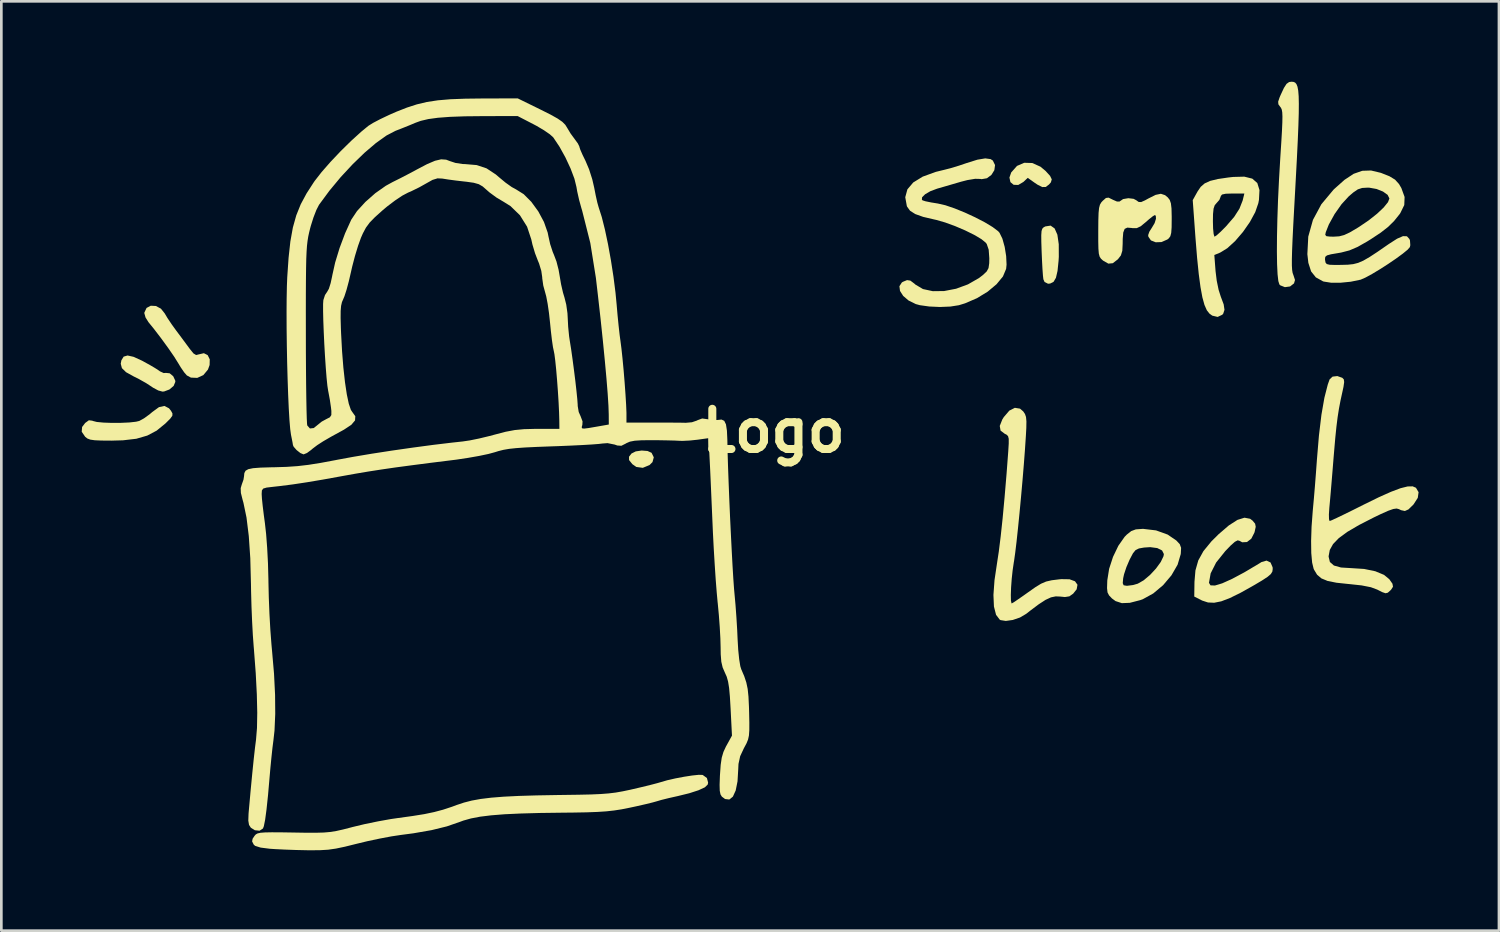
<source format=kicad_pcb>
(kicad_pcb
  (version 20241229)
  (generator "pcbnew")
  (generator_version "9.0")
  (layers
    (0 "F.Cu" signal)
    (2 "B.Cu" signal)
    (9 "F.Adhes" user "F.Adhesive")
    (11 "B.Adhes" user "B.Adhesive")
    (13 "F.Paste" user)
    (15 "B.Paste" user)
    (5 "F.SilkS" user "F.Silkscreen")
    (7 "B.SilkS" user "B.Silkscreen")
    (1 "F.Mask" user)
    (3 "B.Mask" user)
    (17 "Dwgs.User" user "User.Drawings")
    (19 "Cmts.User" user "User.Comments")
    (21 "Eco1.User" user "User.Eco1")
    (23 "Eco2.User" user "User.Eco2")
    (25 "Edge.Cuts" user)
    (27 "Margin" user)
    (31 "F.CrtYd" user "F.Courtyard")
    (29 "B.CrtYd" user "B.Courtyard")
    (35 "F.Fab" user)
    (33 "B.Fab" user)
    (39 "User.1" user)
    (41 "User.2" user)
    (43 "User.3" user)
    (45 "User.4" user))
  (footprint "Logo"
    (layer "F.Cu")
    (at 25.82 13.029)
    (property "Reference" "Logo" (at 0 0 0) (layer "F.SilkS") (effects (font (size 1.5 1.5) (thickness 0.3))))
    (attr board_only exclude_from_pos_files exclude_from_bom)
    (fp_poly (pts (xy -4.703 0.752) (xy -4.553 0.82) (xy -4.47 0.989) (xy -4.518 1.167) (xy -4.628 1.277) (xy -4.88 1.381) (xy -5.122 1.348) (xy -5.27 1.244) (xy -5.393 1.091) (xy -5.395 0.967) (xy -5.302 0.847) (xy -5.145 0.768) (xy -4.923 0.735)) (stroke (width 0) (type solid)) (fill yes) (layer "F.SilkS"))
    (fp_poly (pts (xy 9.656 -9.995) (xy 9.961 -9.858) (xy 10.151 -9.7) (xy 10.32 -9.515) (xy 10.383 -9.385) (xy 10.35 -9.273) (xy 10.279 -9.192) (xy 10.157 -9.101) (xy 10.026 -9.098) (xy 9.849 -9.188) (xy 9.739 -9.262) (xy 9.486 -9.441) (xy 9.325 -9.289) (xy 9.132 -9.176) (xy 8.96 -9.182) (xy 8.84 -9.282) (xy 8.803 -9.452) (xy 8.869 -9.643) (xy 9.086 -9.887) (xy 9.356 -10.004)) (stroke (width 0) (type solid)) (fill yes) (layer "F.SilkS"))
    (fp_poly (pts (xy 10.489 -7.554) (xy 10.592 -7.321) (xy 10.644 -6.965) (xy 10.646 -6.492) (xy 10.637 -6.347) (xy 10.598 -5.967) (xy 10.539 -5.712) (xy 10.451 -5.562) (xy 10.324 -5.497) (xy 10.244 -5.49) (xy 10.115 -5.554) (xy 10.07 -5.655) (xy 10.054 -5.791) (xy 10.036 -6.038) (xy 10.019 -6.359) (xy 10.005 -6.685) (xy 9.993 -7.053) (xy 9.991 -7.301) (xy 10.002 -7.457) (xy 10.031 -7.546) (xy 10.082 -7.597) (xy 10.145 -7.629) (xy 10.34 -7.659)) (stroke (width 0) (type solid)) (fill yes) (layer "F.SilkS"))
    (fp_poly (pts (xy -23.885 -2.762) (xy -23.568 -2.617) (xy -23.522 -2.592) (xy -23.265 -2.45) (xy -23.048 -2.321) (xy -22.913 -2.23) (xy -22.904 -2.222) (xy -22.761 -2.156) (xy -22.675 -2.162) (xy -22.537 -2.147) (xy -22.406 -2.038) (xy -22.331 -1.879) (xy -22.326 -1.829) (xy -22.39 -1.676) (xy -22.547 -1.543) (xy -22.745 -1.469) (xy -22.807 -1.464) (xy -22.963 -1.506) (xy -23.159 -1.611) (xy -23.212 -1.648) (xy -23.418 -1.782) (xy -23.689 -1.934) (xy -23.882 -2.031) (xy -24.165 -2.188) (xy -24.32 -2.339) (xy -24.364 -2.504) (xy -24.34 -2.631) (xy -24.256 -2.769) (xy -24.109 -2.812)) (stroke (width 0) (type solid)) (fill yes) (layer "F.SilkS"))
    (fp_poly (pts (xy -23.052 -4.659) (xy -22.864 -4.559) (xy -22.724 -4.384) (xy -22.619 -4.208) (xy -22.46 -3.971) (xy -22.296 -3.744) (xy -22.102 -3.485) (xy -21.912 -3.228) (xy -21.785 -3.056) (xy -21.65 -2.889) (xy -21.551 -2.829) (xy -21.451 -2.853) (xy -21.449 -2.854) (xy -21.261 -2.897) (xy -21.12 -2.826) (xy -21.042 -2.669) (xy -21.047 -2.456) (xy -21.109 -2.286) (xy -21.281 -2.08) (xy -21.507 -1.976) (xy -21.745 -1.986) (xy -21.897 -2.068) (xy -21.996 -2.182) (xy -22.127 -2.373) (xy -22.208 -2.508) (xy -22.368 -2.765) (xy -22.595 -3.094) (xy -22.858 -3.455) (xy -23.129 -3.809) (xy -23.328 -4.054) (xy -23.439 -4.232) (xy -23.484 -4.393) (xy -23.482 -4.413) (xy -23.4 -4.587) (xy -23.243 -4.669)) (stroke (width 0) (type solid)) (fill yes) (layer "F.SilkS"))
    (fp_poly (pts (xy -22.563 -0.841) (xy -22.488 -0.748) (xy -22.434 -0.649) (xy -22.438 -0.563) (xy -22.517 -0.454) (xy -22.686 -0.285) (xy -22.702 -0.27) (xy -23.024 -0.007) (xy -23.375 0.178) (xy -23.783 0.296) (xy -24.28 0.354) (xy -24.711 0.366) (xy -25.081 0.363) (xy -25.334 0.352) (xy -25.5 0.328) (xy -25.608 0.287) (xy -25.689 0.224) (xy -25.693 0.22) (xy -25.82 0.034) (xy -25.806 -0.143) (xy -25.691 -0.294) (xy -25.553 -0.394) (xy -25.424 -0.378) (xy -25.403 -0.368) (xy -25.256 -0.331) (xy -25.005 -0.307) (xy -24.691 -0.296) (xy -24.357 -0.298) (xy -24.044 -0.312) (xy -23.793 -0.34) (xy -23.672 -0.369) (xy -23.499 -0.464) (xy -23.287 -0.617) (xy -23.186 -0.703) (xy -22.937 -0.884) (xy -22.733 -0.929)) (stroke (width 0) (type solid)) (fill yes) (layer "F.SilkS"))
    (fp_poly (pts (xy 17.785 3.282) (xy 17.877 3.351) (xy 17.972 3.465) (xy 17.995 3.581) (xy 17.956 3.762) (xy 17.944 3.802) (xy 17.83 4.025) (xy 17.669 4.15) (xy 17.491 4.16) (xy 17.393 4.106) (xy 17.322 4.087) (xy 17.217 4.141) (xy 17.058 4.282) (xy 16.861 4.486) (xy 16.517 4.916) (xy 16.313 5.32) (xy 16.25 5.673) (xy 16.307 5.767) (xy 16.473 5.773) (xy 16.743 5.692) (xy 17.112 5.526) (xy 17.574 5.279) (xy 18.124 4.952) (xy 18.208 4.899) (xy 18.399 4.843) (xy 18.548 4.914) (xy 18.625 5.092) (xy 18.629 5.157) (xy 18.615 5.255) (xy 18.558 5.346) (xy 18.437 5.45) (xy 18.229 5.586) (xy 17.934 5.761) (xy 17.435 6.041) (xy 17.034 6.239) (xy 16.71 6.363) (xy 16.444 6.416) (xy 16.214 6.406) (xy 16.002 6.337) (xy 15.957 6.315) (xy 15.701 6.185) (xy 15.709 5.636) (xy 15.745 5.209) (xy 15.851 4.837) (xy 16.044 4.488) (xy 16.34 4.127) (xy 16.607 3.861) (xy 16.992 3.53) (xy 17.313 3.324) (xy 17.575 3.242)) (stroke (width 0) (type solid)) (fill yes) (layer "F.SilkS"))
    (fp_poly (pts (xy 19.403 -13.023) (xy 19.465 -12.997) (xy 19.514 -12.941) (xy 19.553 -12.845) (xy 19.581 -12.697) (xy 19.598 -12.488) (xy 19.604 -12.208) (xy 19.601 -11.845) (xy 19.587 -11.389) (xy 19.564 -10.83) (xy 19.531 -10.157) (xy 19.488 -9.36) (xy 19.437 -8.429) (xy 19.431 -8.325) (xy 19.395 -7.663) (xy 19.369 -7.132) (xy 19.352 -6.716) (xy 19.344 -6.399) (xy 19.344 -6.167) (xy 19.354 -6.003) (xy 19.372 -5.892) (xy 19.399 -5.818) (xy 19.401 -5.813) (xy 19.461 -5.629) (xy 19.424 -5.503) (xy 19.277 -5.388) (xy 19.083 -5.362) (xy 18.91 -5.431) (xy 18.879 -5.462) (xy 18.839 -5.588) (xy 18.81 -5.845) (xy 18.792 -6.22) (xy 18.785 -6.697) (xy 18.789 -7.264) (xy 18.803 -7.904) (xy 18.827 -8.604) (xy 18.863 -9.349) (xy 18.908 -10.125) (xy 18.913 -10.207) (xy 18.949 -10.762) (xy 18.974 -11.188) (xy 18.988 -11.506) (xy 18.992 -11.732) (xy 18.985 -11.887) (xy 18.967 -11.988) (xy 18.938 -12.054) (xy 18.909 -12.092) (xy 18.841 -12.185) (xy 18.832 -12.284) (xy 18.885 -12.442) (xy 18.925 -12.535) (xy 19.047 -12.797) (xy 19.145 -12.949) (xy 19.241 -13.017) (xy 19.331 -13.029)) (stroke (width 0) (type solid)) (fill yes) (layer "F.SilkS"))
    (fp_poly (pts (xy 14.276 3.716) (xy 14.708 3.872) (xy 15.031 4.092) (xy 15.16 4.23) (xy 15.21 4.366) (xy 15.2 4.566) (xy 15.195 4.606) (xy 15.079 4.996) (xy 14.85 5.392) (xy 14.538 5.761) (xy 14.171 6.069) (xy 13.779 6.285) (xy 13.683 6.319) (xy 13.296 6.419) (xy 12.998 6.431) (xy 12.763 6.354) (xy 12.629 6.255) (xy 12.522 6.143) (xy 12.464 6.031) (xy 12.446 5.872) (xy 12.452 5.684) (xy 13.032 5.684) (xy 13.065 5.764) (xy 13.17 5.782) (xy 13.198 5.783) (xy 13.411 5.756) (xy 13.592 5.705) (xy 13.812 5.579) (xy 14.05 5.379) (xy 14.273 5.139) (xy 14.451 4.894) (xy 14.553 4.68) (xy 14.567 4.599) (xy 14.5 4.465) (xy 14.321 4.376) (xy 14.057 4.341) (xy 13.827 4.356) (xy 13.636 4.39) (xy 13.512 4.45) (xy 13.414 4.569) (xy 13.301 4.783) (xy 13.286 4.813) (xy 13.169 5.086) (xy 13.08 5.355) (xy 13.048 5.503) (xy 13.032 5.684) (xy 12.452 5.684) (xy 12.454 5.619) (xy 12.456 5.577) (xy 12.524 5.149) (xy 12.669 4.704) (xy 12.868 4.29) (xy 13.101 3.957) (xy 13.183 3.873) (xy 13.348 3.742) (xy 13.519 3.678) (xy 13.761 3.66) (xy 13.804 3.66)) (stroke (width 0) (type solid)) (fill yes) (layer "F.SilkS"))
    (fp_poly (pts (xy 17.867 -9.412) (xy 18.054 -9.248) (xy 18.135 -8.986) (xy 18.116 -8.622) (xy 18.092 -8.495) (xy 17.977 -8.162) (xy 17.777 -7.793) (xy 17.518 -7.422) (xy 17.229 -7.085) (xy 16.935 -6.816) (xy 16.668 -6.652) (xy 16.45 -6.562) (xy 16.496 -5.959) (xy 16.54 -5.601) (xy 16.61 -5.262) (xy 16.689 -5.014) (xy 16.799 -4.719) (xy 16.829 -4.516) (xy 16.783 -4.375) (xy 16.748 -4.333) (xy 16.574 -4.251) (xy 16.373 -4.299) (xy 16.269 -4.374) (xy 16.17 -4.5) (xy 16.082 -4.699) (xy 16.004 -4.982) (xy 15.934 -5.362) (xy 15.869 -5.849) (xy 15.807 -6.456) (xy 15.747 -7.194) (xy 15.732 -7.397) (xy 15.702 -7.816) (xy 16.397 -7.816) (xy 16.404 -7.548) (xy 16.424 -7.348) (xy 16.452 -7.251) (xy 16.459 -7.247) (xy 16.537 -7.296) (xy 16.683 -7.427) (xy 16.867 -7.612) (xy 16.889 -7.635) (xy 17.189 -7.982) (xy 17.387 -8.29) (xy 17.507 -8.595) (xy 17.522 -8.656) (xy 17.571 -8.857) (xy 17.13 -8.857) (xy 16.875 -8.849) (xy 16.738 -8.819) (xy 16.69 -8.762) (xy 16.689 -8.747) (xy 16.638 -8.618) (xy 16.543 -8.511) (xy 16.466 -8.422) (xy 16.422 -8.295) (xy 16.401 -8.091) (xy 16.397 -7.816) (xy 15.702 -7.816) (xy 15.644 -8.609) (xy 15.823 -8.931) (xy 15.941 -9.105) (xy 16.089 -9.234) (xy 16.294 -9.328) (xy 16.582 -9.398) (xy 16.98 -9.456) (xy 17.152 -9.475) (xy 17.569 -9.486)) (stroke (width 0) (type solid)) (fill yes) (layer "F.SilkS"))
    (fp_poly (pts (xy 14.612 -8.795) (xy 14.713 -8.711) (xy 14.785 -8.618) (xy 14.829 -8.491) (xy 14.852 -8.297) (xy 14.859 -7.999) (xy 14.859 -7.91) (xy 14.856 -7.592) (xy 14.841 -7.388) (xy 14.808 -7.262) (xy 14.75 -7.183) (xy 14.697 -7.141) (xy 14.479 -7.045) (xy 14.262 -7.037) (xy 14.084 -7.107) (xy 13.988 -7.246) (xy 13.981 -7.305) (xy 14.024 -7.43) (xy 14.126 -7.591) (xy 14.127 -7.593) (xy 14.222 -7.753) (xy 14.272 -7.914) (xy 14.266 -8.027) (xy 14.228 -8.052) (xy 14.152 -8.007) (xy 14.007 -7.891) (xy 13.891 -7.789) (xy 13.701 -7.633) (xy 13.556 -7.565) (xy 13.405 -7.564) (xy 13.36 -7.571) (xy 13.202 -7.584) (xy 13.104 -7.537) (xy 13.051 -7.403) (xy 13.031 -7.161) (xy 13.029 -6.981) (xy 13.016 -6.72) (xy 12.963 -6.547) (xy 12.854 -6.406) (xy 12.85 -6.402) (xy 12.662 -6.256) (xy 12.495 -6.24) (xy 12.303 -6.35) (xy 12.287 -6.362) (xy 12.217 -6.427) (xy 12.169 -6.502) (xy 12.139 -6.617) (xy 12.124 -6.797) (xy 12.118 -7.069) (xy 12.118 -7.461) (xy 12.118 -7.462) (xy 12.121 -7.857) (xy 12.13 -8.133) (xy 12.149 -8.318) (xy 12.181 -8.44) (xy 12.231 -8.525) (xy 12.285 -8.584) (xy 12.405 -8.69) (xy 12.503 -8.703) (xy 12.651 -8.631) (xy 12.664 -8.624) (xy 12.818 -8.557) (xy 12.913 -8.557) (xy 12.919 -8.563) (xy 13.045 -8.649) (xy 13.24 -8.682) (xy 13.436 -8.659) (xy 13.536 -8.606) (xy 13.625 -8.542) (xy 13.719 -8.538) (xy 13.863 -8.602) (xy 13.989 -8.671) (xy 14.259 -8.806) (xy 14.455 -8.847)) (stroke (width 0) (type solid)) (fill yes) (layer "F.SilkS"))
    (fp_poly (pts (xy 9.198 -0.828) (xy 9.318 -0.725) (xy 9.383 -0.629) (xy 9.422 -0.516) (xy 9.437 -0.353) (xy 9.433 -0.105) (xy 9.417 0.183) (xy 9.384 0.684) (xy 9.341 1.25) (xy 9.291 1.853) (xy 9.236 2.47) (xy 9.179 3.074) (xy 9.122 3.64) (xy 9.068 4.143) (xy 9.018 4.556) (xy 8.976 4.855) (xy 8.967 4.904) (xy 8.923 5.204) (xy 8.888 5.529) (xy 8.865 5.846) (xy 8.855 6.125) (xy 8.859 6.332) (xy 8.88 6.435) (xy 8.889 6.441) (xy 8.959 6.402) (xy 9.119 6.294) (xy 9.342 6.139) (xy 9.484 6.038) (xy 9.769 5.837) (xy 9.983 5.706) (xy 10.172 5.625) (xy 10.381 5.577) (xy 10.656 5.543) (xy 10.74 5.535) (xy 11.046 5.54) (xy 11.25 5.615) (xy 11.343 5.744) (xy 11.312 5.914) (xy 11.181 6.078) (xy 11.04 6.177) (xy 10.874 6.203) (xy 10.706 6.186) (xy 10.531 6.178) (xy 10.353 6.215) (xy 10.15 6.309) (xy 9.896 6.474) (xy 9.567 6.721) (xy 9.429 6.83) (xy 9.197 6.967) (xy 8.927 7.059) (xy 8.668 7.095) (xy 8.471 7.064) (xy 8.441 7.047) (xy 8.304 6.867) (xy 8.225 6.558) (xy 8.206 6.125) (xy 8.246 5.574) (xy 8.341 4.935) (xy 8.406 4.507) (xy 8.476 3.947) (xy 8.549 3.267) (xy 8.622 2.481) (xy 8.696 1.604) (xy 8.759 0.769) (xy 8.777 0.477) (xy 8.777 0.297) (xy 8.751 0.197) (xy 8.693 0.141) (xy 8.628 0.11) (xy 8.472 -0.008) (xy 8.442 -0.183) (xy 8.536 -0.422) (xy 8.595 -0.516) (xy 8.799 -0.754) (xy 9.005 -0.859)) (stroke (width 0) (type solid)) (fill yes) (layer "F.SilkS"))
    (fp_poly (pts (xy 8.1 -10.141) (xy 8.184 -10.087) (xy 8.266 -9.918) (xy 8.24 -9.727) (xy 8.13 -9.551) (xy 7.964 -9.427) (xy 7.765 -9.392) (xy 7.718 -9.401) (xy 7.524 -9.406) (xy 7.234 -9.358) (xy 7 -9.298) (xy 6.675 -9.203) (xy 6.345 -9.107) (xy 6.105 -9.038) (xy 5.852 -8.943) (xy 5.656 -8.829) (xy 5.543 -8.717) (xy 5.536 -8.625) (xy 5.561 -8.602) (xy 5.671 -8.567) (xy 5.88 -8.524) (xy 6.133 -8.483) (xy 6.412 -8.419) (xy 6.758 -8.301) (xy 7.14 -8.146) (xy 7.525 -7.968) (xy 7.882 -7.783) (xy 8.177 -7.605) (xy 8.381 -7.451) (xy 8.433 -7.392) (xy 8.54 -7.173) (xy 8.626 -6.864) (xy 8.681 -6.522) (xy 8.696 -6.204) (xy 8.68 -6.045) (xy 8.561 -5.761) (xy 8.322 -5.471) (xy 7.991 -5.194) (xy 7.591 -4.95) (xy 7.148 -4.759) (xy 6.917 -4.688) (xy 6.599 -4.638) (xy 6.21 -4.622) (xy 5.811 -4.64) (xy 5.461 -4.689) (xy 5.307 -4.731) (xy 5.038 -4.864) (xy 4.837 -5.036) (xy 4.719 -5.222) (xy 4.697 -5.397) (xy 4.787 -5.536) (xy 4.826 -5.561) (xy 4.982 -5.625) (xy 5.106 -5.606) (xy 5.258 -5.492) (xy 5.292 -5.46) (xy 5.576 -5.291) (xy 5.943 -5.212) (xy 6.365 -5.217) (xy 6.812 -5.303) (xy 7.255 -5.466) (xy 7.665 -5.701) (xy 7.822 -5.822) (xy 7.954 -5.948) (xy 8.023 -6.074) (xy 8.049 -6.256) (xy 8.052 -6.44) (xy 8.029 -6.76) (xy 7.957 -6.97) (xy 7.924 -7.017) (xy 7.76 -7.152) (xy 7.491 -7.312) (xy 7.153 -7.479) (xy 6.779 -7.639) (xy 6.407 -7.775) (xy 6.071 -7.872) (xy 6.006 -7.886) (xy 5.583 -7.985) (xy 5.286 -8.091) (xy 5.093 -8.215) (xy 4.984 -8.366) (xy 4.974 -8.39) (xy 4.915 -8.718) (xy 4.995 -9.012) (xy 5.213 -9.269) (xy 5.567 -9.487) (xy 6.054 -9.664) (xy 6.368 -9.741) (xy 6.611 -9.803) (xy 6.92 -9.897) (xy 7.204 -9.993) (xy 7.607 -10.119) (xy 7.901 -10.168)) (stroke (width 0) (type solid)) (fill yes) (layer "F.SilkS"))
    (fp_poly (pts (xy 21.225 -1.979) (xy 21.282 -1.921) (xy 21.296 -1.821) (xy 21.27 -1.639) (xy 21.237 -1.486) (xy 21.161 -1.14) (xy 21.101 -0.825) (xy 21.051 -0.507) (xy 21.007 -0.154) (xy 20.964 0.266) (xy 20.919 0.788) (xy 20.899 1.025) (xy 20.861 1.496) (xy 20.823 1.955) (xy 20.788 2.366) (xy 20.759 2.694) (xy 20.742 2.873) (xy 20.726 3.12) (xy 20.73 3.297) (xy 20.752 3.367) (xy 20.753 3.367) (xy 20.834 3.336) (xy 21.024 3.248) (xy 21.301 3.115) (xy 21.644 2.946) (xy 22.027 2.754) (xy 22.592 2.477) (xy 23.045 2.275) (xy 23.398 2.142) (xy 23.663 2.076) (xy 23.852 2.072) (xy 23.975 2.125) (xy 24.073 2.29) (xy 24.043 2.501) (xy 23.888 2.742) (xy 23.867 2.765) (xy 23.696 2.932) (xy 23.562 2.992) (xy 23.418 2.961) (xy 23.341 2.923) (xy 23.254 2.9) (xy 23.129 2.917) (xy 22.941 2.983) (xy 22.667 3.105) (xy 22.413 3.227) (xy 21.85 3.515) (xy 21.415 3.77) (xy 21.096 4.004) (xy 20.881 4.226) (xy 20.759 4.446) (xy 20.716 4.676) (xy 20.716 4.699) (xy 20.763 4.895) (xy 20.913 5.027) (xy 21.178 5.101) (xy 21.56 5.124) (xy 22.041 5.155) (xy 22.458 5.241) (xy 22.783 5.376) (xy 22.98 5.538) (xy 23.098 5.706) (xy 23.118 5.819) (xy 23.047 5.929) (xy 23.016 5.96) (xy 22.925 6.041) (xy 22.84 6.062) (xy 22.714 6.019) (xy 22.529 5.925) (xy 22.293 5.837) (xy 21.948 5.769) (xy 21.476 5.718) (xy 21.459 5.717) (xy 21.008 5.669) (xy 20.678 5.603) (xy 20.446 5.507) (xy 20.285 5.37) (xy 20.172 5.183) (xy 20.156 5.148) (xy 20.1 4.916) (xy 20.068 4.562) (xy 20.062 4.109) (xy 20.079 3.578) (xy 20.123 2.992) (xy 20.132 2.891) (xy 20.165 2.531) (xy 20.203 2.081) (xy 20.241 1.595) (xy 20.275 1.131) (xy 20.277 1.098) (xy 20.354 0.178) (xy 20.447 -0.599) (xy 20.558 -1.235) (xy 20.685 -1.731) (xy 20.753 -1.921) (xy 20.862 -2.023) (xy 21.04 -2.044)) (stroke (width 0) (type solid)) (fill yes) (layer "F.SilkS"))
    (fp_poly (pts (xy 22.654 -9.631) (xy 22.674 -9.625) (xy 22.986 -9.501) (xy 23.195 -9.374) (xy 23.342 -9.211) (xy 23.43 -9.061) (xy 23.551 -8.728) (xy 23.539 -8.427) (xy 23.391 -8.125) (xy 23.36 -8.081) (xy 23.158 -7.83) (xy 22.936 -7.611) (xy 22.66 -7.396) (xy 22.296 -7.155) (xy 22.153 -7.066) (xy 21.797 -6.864) (xy 21.493 -6.734) (xy 21.184 -6.654) (xy 21.07 -6.634) (xy 20.805 -6.589) (xy 20.655 -6.548) (xy 20.59 -6.493) (xy 20.58 -6.409) (xy 20.584 -6.37) (xy 20.601 -6.278) (xy 20.647 -6.224) (xy 20.752 -6.198) (xy 20.948 -6.191) (xy 21.191 -6.193) (xy 21.433 -6.2) (xy 21.633 -6.221) (xy 21.817 -6.268) (xy 22.013 -6.353) (xy 22.245 -6.487) (xy 22.541 -6.681) (xy 22.927 -6.948) (xy 22.966 -6.975) (xy 23.272 -7.171) (xy 23.491 -7.266) (xy 23.638 -7.261) (xy 23.73 -7.16) (xy 23.752 -7.104) (xy 23.764 -6.929) (xy 23.748 -6.857) (xy 23.665 -6.761) (xy 23.483 -6.612) (xy 23.232 -6.428) (xy 22.938 -6.228) (xy 22.631 -6.031) (xy 22.339 -5.855) (xy 22.091 -5.72) (xy 21.915 -5.643) (xy 21.905 -5.64) (xy 21.541 -5.565) (xy 21.157 -5.527) (xy 20.804 -5.528) (xy 20.532 -5.571) (xy 20.503 -5.581) (xy 20.239 -5.727) (xy 20.062 -5.949) (xy 19.959 -6.269) (xy 19.922 -6.594) (xy 19.956 -7.25) (xy 19.974 -7.313) (xy 20.59 -7.313) (xy 20.634 -7.264) (xy 20.772 -7.248) (xy 20.915 -7.247) (xy 21.11 -7.259) (xy 21.294 -7.307) (xy 21.507 -7.406) (xy 21.79 -7.573) (xy 21.853 -7.612) (xy 22.211 -7.855) (xy 22.524 -8.103) (xy 22.771 -8.336) (xy 22.932 -8.535) (xy 22.984 -8.672) (xy 22.918 -8.806) (xy 22.745 -8.93) (xy 22.504 -9.026) (xy 22.236 -9.074) (xy 22.169 -9.076) (xy 21.966 -9.064) (xy 21.804 -9.011) (xy 21.632 -8.893) (xy 21.468 -8.752) (xy 21.199 -8.459) (xy 20.938 -8.089) (xy 20.723 -7.699) (xy 20.609 -7.411) (xy 20.59 -7.313) (xy 19.974 -7.313) (xy 20.131 -7.873) (xy 20.445 -8.457) (xy 20.896 -8.997) (xy 20.92 -9.021) (xy 21.307 -9.366) (xy 21.649 -9.592) (xy 21.971 -9.705) (xy 22.298 -9.716)) (stroke (width 0) (type solid)) (fill yes) (layer "F.SilkS"))
    (fp_poly (pts (xy -2.649 12.842) (xy -2.644 12.844) (xy -2.488 12.956) (xy -2.442 13.13) (xy -2.459 13.204) (xy -2.565 13.305) (xy -2.8 13.414) (xy -3.146 13.526) (xy -3.586 13.634) (xy -3.623 13.642) (xy -3.916 13.708) (xy -4.182 13.774) (xy -4.355 13.825) (xy -4.516 13.87) (xy -4.781 13.935) (xy -5.109 14.01) (xy -5.38 14.068) (xy -5.673 14.126) (xy -5.95 14.169) (xy -6.24 14.201) (xy -6.571 14.223) (xy -6.973 14.238) (xy -7.473 14.247) (xy -7.869 14.251) (xy -8.72 14.262) (xy -9.439 14.282) (xy -10.041 14.31) (xy -10.541 14.35) (xy -10.954 14.401) (xy -11.293 14.466) (xy -11.574 14.545) (xy -11.707 14.594) (xy -12.192 14.762) (xy -12.761 14.902) (xy -13.437 15.02) (xy -13.908 15.082) (xy -14.259 15.135) (xy -14.695 15.217) (xy -15.158 15.315) (xy -15.572 15.415) (xy -15.998 15.521) (xy -16.332 15.591) (xy -16.625 15.633) (xy -16.925 15.651) (xy -17.282 15.654) (xy -17.402 15.653) (xy -17.81 15.644) (xy -18.228 15.629) (xy -18.597 15.611) (xy -18.797 15.598) (xy -19.143 15.554) (xy -19.347 15.49) (xy -19.399 15.445) (xy -19.461 15.323) (xy -19.442 15.223) (xy -19.367 15.111) (xy -19.321 15.061) (xy -19.256 15.025) (xy -19.148 15.001) (xy -18.978 14.988) (xy -18.724 14.983) (xy -18.364 14.985) (xy -17.921 14.992) (xy -17.441 15) (xy -17.073 15) (xy -16.786 14.992) (xy -16.544 14.971) (xy -16.316 14.934) (xy -16.066 14.878) (xy -15.763 14.8) (xy -15.711 14.786) (xy -15.266 14.679) (xy -14.767 14.576) (xy -14.289 14.49) (xy -14.028 14.452) (xy -13.477 14.376) (xy -13.035 14.305) (xy -12.667 14.228) (xy -12.336 14.14) (xy -12.005 14.031) (xy -11.822 13.963) (xy -11.554 13.874) (xy -11.262 13.799) (xy -10.929 13.739) (xy -10.537 13.691) (xy -10.07 13.654) (xy -9.511 13.626) (xy -8.844 13.606) (xy -8.051 13.592) (xy -7.832 13.589) (xy -7.263 13.581) (xy -6.812 13.571) (xy -6.451 13.555) (xy -6.154 13.532) (xy -5.891 13.5) (xy -5.634 13.455) (xy -5.357 13.397) (xy -5.27 13.377) (xy -4.915 13.294) (xy -4.592 13.215) (xy -4.34 13.149) (xy -4.209 13.111) (xy -3.964 13.04) (xy -3.66 12.971) (xy -3.337 12.91) (xy -3.034 12.863) (xy -2.792 12.838)) (stroke (width 0) (type solid)) (fill yes) (layer "F.SilkS"))
    (fp_poly (pts (xy -8.693 -11.988) (xy -8.319 -11.8) (xy -8.057 -11.653) (xy -7.883 -11.532) (xy -7.772 -11.42) (xy -7.715 -11.329) (xy -7.575 -11.096) (xy -7.419 -10.883) (xy -7.305 -10.727) (xy -7.248 -10.611) (xy -7.247 -10.599) (xy -7.215 -10.499) (xy -7.133 -10.31) (xy -7.018 -10.074) (xy -6.885 -9.76) (xy -6.766 -9.387) (xy -6.694 -9.075) (xy -6.636 -8.779) (xy -6.577 -8.516) (xy -6.527 -8.34) (xy -6.524 -8.331) (xy -6.411 -7.978) (xy -6.294 -7.512) (xy -6.178 -6.964) (xy -6.07 -6.367) (xy -5.975 -5.754) (xy -5.899 -5.157) (xy -5.858 -4.73) (xy -5.823 -4.324) (xy -5.783 -3.923) (xy -5.744 -3.576) (xy -5.712 -3.34) (xy -5.677 -3.069) (xy -5.637 -2.696) (xy -5.596 -2.26) (xy -5.558 -1.801) (xy -5.526 -1.357) (xy -5.502 -0.968) (xy -5.49 -0.674) (xy -5.49 -0.611) (xy -5.49 -0.307) (xy -4.52 -0.308) (xy -4.13 -0.308) (xy -3.769 -0.306) (xy -3.473 -0.304) (xy -3.283 -0.3) (xy -3.272 -0.3) (xy -3.046 -0.32) (xy -2.861 -0.383) (xy -2.844 -0.394) (xy -2.663 -0.461) (xy -2.47 -0.434) (xy -2.26 -0.398) (xy -2.092 -0.405) (xy -1.943 -0.421) (xy -1.84 -0.373) (xy -1.776 -0.241) (xy -1.74 -0.005) (xy -1.724 0.354) (xy -1.723 0.414) (xy -1.714 0.845) (xy -1.698 1.366) (xy -1.676 1.952) (xy -1.651 2.581) (xy -1.623 3.228) (xy -1.592 3.868) (xy -1.561 4.479) (xy -1.531 5.035) (xy -1.502 5.514) (xy -1.475 5.89) (xy -1.455 6.112) (xy -1.42 6.498) (xy -1.386 6.964) (xy -1.357 7.442) (xy -1.343 7.759) (xy -1.319 8.173) (xy -1.283 8.525) (xy -1.241 8.784) (xy -1.207 8.895) (xy -1.094 9.159) (xy -1.017 9.391) (xy -0.966 9.632) (xy -0.936 9.921) (xy -0.918 10.299) (xy -0.912 10.504) (xy -0.904 10.895) (xy -0.905 11.173) (xy -0.919 11.371) (xy -0.952 11.522) (xy -1.008 11.66) (xy -1.092 11.818) (xy -1.104 11.839) (xy -1.246 12.143) (xy -1.309 12.432) (xy -1.319 12.644) (xy -1.345 13.083) (xy -1.413 13.422) (xy -1.517 13.651) (xy -1.652 13.76) (xy -1.812 13.741) (xy -1.929 13.652) (xy -1.98 13.57) (xy -2.008 13.433) (xy -2.014 13.212) (xy -2.002 12.877) (xy -1.999 12.829) (xy -1.973 12.464) (xy -1.934 12.199) (xy -1.872 11.988) (xy -1.778 11.784) (xy -1.756 11.745) (xy -1.552 11.375) (xy -1.604 10.354) (xy -1.63 9.916) (xy -1.659 9.595) (xy -1.697 9.359) (xy -1.747 9.179) (xy -1.816 9.025) (xy -1.9 8.831) (xy -1.95 8.618) (xy -1.972 8.34) (xy -1.976 8.073) (xy -1.985 7.747) (xy -2.008 7.328) (xy -2.042 6.87) (xy -2.084 6.425) (xy -2.087 6.405) (xy -2.121 6.034) (xy -2.159 5.552) (xy -2.196 4.995) (xy -2.232 4.399) (xy -2.263 3.801) (xy -2.277 3.477) (xy -2.301 2.921) (xy -2.325 2.376) (xy -2.347 1.869) (xy -2.367 1.431) (xy -2.384 1.089) (xy -2.392 0.924) (xy -2.426 0.274) (xy -2.842 0.332) (xy -3.126 0.362) (xy -3.395 0.375) (xy -3.514 0.372) (xy -3.696 0.363) (xy -3.979 0.356) (xy -4.319 0.35) (xy -4.543 0.349) (xy -4.919 0.352) (xy -5.182 0.369) (xy -5.362 0.404) (xy -5.492 0.46) (xy -5.513 0.474) (xy -5.68 0.558) (xy -5.834 0.547) (xy -5.929 0.513) (xy -6.197 0.459) (xy -6.386 0.473) (xy -6.527 0.49) (xy -6.791 0.51) (xy -7.15 0.531) (xy -7.582 0.552) (xy -8.061 0.572) (xy -8.271 0.579) (xy -8.831 0.6) (xy -9.269 0.621) (xy -9.607 0.645) (xy -9.871 0.673) (xy -10.083 0.71) (xy -10.267 0.756) (xy -10.394 0.796) (xy -10.64 0.863) (xy -10.991 0.937) (xy -11.406 1.01) (xy -11.845 1.076) (xy -12.005 1.096) (xy -12.819 1.197) (xy -13.513 1.287) (xy -14.112 1.367) (xy -14.64 1.444) (xy -15.123 1.519) (xy -15.586 1.597) (xy -16.054 1.681) (xy -16.104 1.69) (xy -16.815 1.819) (xy -17.416 1.92) (xy -17.938 1.999) (xy -18.415 2.06) (xy -18.684 2.09) (xy -18.92 2.118) (xy -19.046 2.155) (xy -19.096 2.224) (xy -19.104 2.349) (xy -19.104 2.366) (xy -19.094 2.532) (xy -19.066 2.802) (xy -19.025 3.138) (xy -18.984 3.44) (xy -18.938 3.853) (xy -18.899 4.368) (xy -18.869 4.942) (xy -18.853 5.531) (xy -18.851 5.673) (xy -18.838 6.222) (xy -18.814 6.826) (xy -18.78 7.429) (xy -18.739 7.973) (xy -18.715 8.235) (xy -18.643 9.067) (xy -18.604 9.853) (xy -18.598 10.568) (xy -18.625 11.186) (xy -18.665 11.546) (xy -18.701 11.827) (xy -18.741 12.2) (xy -18.781 12.611) (xy -18.808 12.92) (xy -18.867 13.597) (xy -18.923 14.129) (xy -18.975 14.516) (xy -19.024 14.758) (xy -19.056 14.841) (xy -19.183 14.924) (xy -19.358 14.907) (xy -19.508 14.812) (xy -19.576 14.707) (xy -19.603 14.548) (xy -19.594 14.294) (xy -19.59 14.244) (xy -19.519 13.455) (xy -19.456 12.796) (xy -19.401 12.255) (xy -19.352 11.817) (xy -19.315 11.529) (xy -19.279 11.091) (xy -19.269 10.521) (xy -19.285 9.834) (xy -19.326 9.042) (xy -19.393 8.157) (xy -19.402 8.052) (xy -19.433 7.631) (xy -19.461 7.115) (xy -19.484 6.555) (xy -19.499 6.003) (xy -19.504 5.71) (xy -19.529 4.753) (xy -19.585 3.927) (xy -19.67 3.236) (xy -19.785 2.684) (xy -19.815 2.578) (xy -19.88 2.318) (xy -19.887 2.139) (xy -19.848 2.007) (xy -19.783 1.823) (xy -19.763 1.698) (xy -19.751 1.577) (xy -19.705 1.489) (xy -19.603 1.431) (xy -19.424 1.394) (xy -19.147 1.373) (xy -18.751 1.361) (xy -18.62 1.359) (xy -18.173 1.345) (xy -17.766 1.317) (xy -17.356 1.269) (xy -16.898 1.196) (xy -16.347 1.093) (xy -16.287 1.081) (xy -15.697 0.972) (xy -15.002 0.855) (xy -14.244 0.738) (xy -13.463 0.626) (xy -12.701 0.524) (xy -11.999 0.44) (xy -11.602 0.397) (xy -11.339 0.358) (xy -10.99 0.287) (xy -10.612 0.196) (xy -10.402 0.14) (xy -9.999 0.035) (xy -9.659 -0.029) (xy -9.316 -0.062) (xy -8.903 -0.073) (xy -8.817 -0.073) (xy -7.993 -0.073) (xy -7.996 -0.384) (xy -8.005 -0.693) (xy -8.023 -1.07) (xy -8.049 -1.481) (xy -8.08 -1.898) (xy -8.113 -2.287) (xy -8.147 -2.618) (xy -8.178 -2.858) (xy -8.199 -2.965) (xy -8.233 -3.126) (xy -8.272 -3.393) (xy -8.311 -3.727) (xy -8.341 -4.026) (xy -8.381 -4.395) (xy -8.431 -4.74) (xy -8.484 -5.018) (xy -8.523 -5.161) (xy -8.595 -5.425) (xy -8.633 -5.695) (xy -8.634 -5.732) (xy -8.668 -5.969) (xy -8.751 -6.244) (xy -8.797 -6.354) (xy -8.902 -6.628) (xy -8.999 -6.954) (xy -9.041 -7.142) (xy -9.199 -7.619) (xy -9.466 -8.046) (xy -9.818 -8.388) (xy -10.065 -8.542) (xy -10.336 -8.703) (xy -10.602 -8.898) (xy -10.701 -8.985) (xy -10.855 -9.12) (xy -11.002 -9.205) (xy -11.19 -9.258) (xy -11.466 -9.297) (xy -11.543 -9.305) (xy -11.854 -9.341) (xy -12.139 -9.379) (xy -12.342 -9.411) (xy -12.356 -9.414) (xy -12.54 -9.423) (xy -12.729 -9.365) (xy -12.941 -9.246) (xy -13.221 -9.089) (xy -13.527 -8.939) (xy -13.642 -8.89) (xy -13.851 -8.78) (xy -14.124 -8.598) (xy -14.419 -8.375) (xy -14.593 -8.229) (xy -14.876 -7.975) (xy -15.073 -7.773) (xy -15.213 -7.583) (xy -15.327 -7.369) (xy -15.399 -7.205) (xy -15.507 -6.904) (xy -15.623 -6.522) (xy -15.728 -6.12) (xy -15.771 -5.929) (xy -15.851 -5.583) (xy -15.936 -5.266) (xy -16.015 -5.022) (xy -16.058 -4.92) (xy -16.108 -4.804) (xy -16.14 -4.665) (xy -16.156 -4.476) (xy -16.158 -4.209) (xy -16.148 -3.835) (xy -16.14 -3.639) (xy -16.104 -2.971) (xy -16.055 -2.358) (xy -15.995 -1.816) (xy -15.927 -1.362) (xy -15.853 -1.012) (xy -15.775 -0.782) (xy -15.725 -0.707) (xy -15.61 -0.546) (xy -15.619 -0.389) (xy -15.758 -0.225) (xy -16.033 -0.043) (xy -16.108 -0.002) (xy -16.512 0.219) (xy -16.81 0.392) (xy -17.031 0.535) (xy -17.199 0.662) (xy -17.259 0.714) (xy -17.413 0.827) (xy -17.537 0.878) (xy -17.542 0.878) (xy -17.659 0.83) (xy -17.802 0.717) (xy -17.911 0.592) (xy -17.937 0.531) (xy -17.953 0.431) (xy -17.99 0.244) (xy -18.01 0.146) (xy -18.039 -0.064) (xy -18.067 -0.398) (xy -18.093 -0.835) (xy -18.116 -1.353) (xy -18.136 -1.93) (xy -18.153 -2.544) (xy -18.165 -3.173) (xy -18.173 -3.795) (xy -18.175 -4.389) (xy -18.175 -4.473) (xy -17.456 -4.473) (xy -17.455 -3.701) (xy -17.455 -3.623) (xy -17.454 -2.939) (xy -17.45 -2.297) (xy -17.445 -1.713) (xy -17.438 -1.203) (xy -17.43 -0.78) (xy -17.421 -0.462) (xy -17.411 -0.263) (xy -17.403 -0.201) (xy -17.303 -0.088) (xy -17.16 -0.104) (xy -17.025 -0.213) (xy -16.862 -0.345) (xy -16.687 -0.44) (xy -16.559 -0.505) (xy -16.504 -0.589) (xy -16.503 -0.742) (xy -16.517 -0.868) (xy -16.559 -1.155) (xy -16.612 -1.441) (xy -16.624 -1.501) (xy -16.652 -1.686) (xy -16.682 -1.982) (xy -16.712 -2.36) (xy -16.741 -2.79) (xy -16.767 -3.245) (xy -16.788 -3.696) (xy -16.804 -4.113) (xy -16.812 -4.47) (xy -16.812 -4.736) (xy -16.802 -4.879) (xy -16.741 -5.068) (xy -16.657 -5.194) (xy -16.595 -5.304) (xy -16.529 -5.516) (xy -16.471 -5.785) (xy -16.468 -5.805) (xy -16.361 -6.284) (xy -16.195 -6.827) (xy -15.99 -7.374) (xy -15.767 -7.866) (xy -15.761 -7.879) (xy -15.546 -8.201) (xy -15.233 -8.543) (xy -14.862 -8.87) (xy -14.47 -9.146) (xy -14.222 -9.282) (xy -13.927 -9.429) (xy -13.586 -9.606) (xy -13.322 -9.748) (xy -12.932 -9.953) (xy -12.635 -10.079) (xy -12.406 -10.133) (xy -12.219 -10.12) (xy -12.086 -10.069) (xy -11.874 -9.999) (xy -11.608 -9.958) (xy -11.514 -9.955) (xy -11.078 -9.918) (xy -10.712 -9.796) (xy -10.365 -9.567) (xy -10.233 -9.454) (xy -10 -9.261) (xy -9.772 -9.099) (xy -9.608 -9.009) (xy -9.325 -8.832) (xy -9.041 -8.547) (xy -8.781 -8.19) (xy -8.569 -7.795) (xy -8.43 -7.399) (xy -8.403 -7.265) (xy -8.337 -6.968) (xy -8.241 -6.675) (xy -8.193 -6.561) (xy -8.102 -6.32) (xy -8.023 -6.011) (xy -7.983 -5.783) (xy -7.93 -5.469) (xy -7.858 -5.156) (xy -7.804 -4.978) (xy -7.737 -4.711) (xy -7.692 -4.39) (xy -7.682 -4.209) (xy -7.665 -3.878) (xy -7.63 -3.527) (xy -7.606 -3.367) (xy -7.556 -3.054) (xy -7.503 -2.677) (xy -7.449 -2.269) (xy -7.398 -1.862) (xy -7.356 -1.49) (xy -7.325 -1.184) (xy -7.31 -0.976) (xy -7.309 -0.927) (xy -7.272 -0.704) (xy -7.202 -0.546) (xy -7.129 -0.353) (xy -7.136 -0.223) (xy -7.16 -0.139) (xy -7.148 -0.094) (xy -7.073 -0.083) (xy -6.909 -0.103) (xy -6.629 -0.151) (xy -6.612 -0.154) (xy -6.149 -0.235) (xy -6.151 -0.611) (xy -6.162 -0.937) (xy -6.191 -1.392) (xy -6.237 -1.961) (xy -6.298 -2.628) (xy -6.372 -3.379) (xy -6.458 -4.196) (xy -6.556 -5.065) (xy -6.631 -5.71) (xy -6.839 -7.011) (xy -7.144 -8.22) (xy -7.171 -8.308) (xy -7.256 -8.615) (xy -7.327 -8.93) (xy -7.356 -9.099) (xy -7.432 -9.409) (xy -7.577 -9.793) (xy -7.769 -10.205) (xy -7.99 -10.604) (xy -8.219 -10.947) (xy -8.224 -10.954) (xy -8.35 -11.067) (xy -8.569 -11.218) (xy -8.841 -11.379) (xy -8.956 -11.44) (xy -9.552 -11.748) (xy -10.833 -11.745) (xy -11.52 -11.738) (xy -12.078 -11.718) (xy -12.527 -11.684) (xy -12.885 -11.635) (xy -13.169 -11.568) (xy -13.359 -11.499) (xy -13.588 -11.403) (xy -13.882 -11.285) (xy -14.113 -11.195) (xy -14.447 -11.021) (xy -14.838 -10.742) (xy -15.266 -10.377) (xy -15.711 -9.946) (xy -16.155 -9.468) (xy -16.575 -8.962) (xy -16.954 -8.449) (xy -16.967 -8.429) (xy -17.063 -8.242) (xy -17.171 -7.964) (xy -17.271 -7.646) (xy -17.297 -7.55) (xy -17.335 -7.394) (xy -17.367 -7.245) (xy -17.392 -7.087) (xy -17.413 -6.906) (xy -17.428 -6.686) (xy -17.44 -6.412) (xy -17.447 -6.069) (xy -17.452 -5.641) (xy -17.455 -5.114) (xy -17.456 -4.473) (xy -18.175 -4.473) (xy -18.172 -4.931) (xy -18.163 -5.402) (xy -18.15 -5.729) (xy -18.1 -6.458) (xy -18.033 -7.069) (xy -17.94 -7.587) (xy -17.813 -8.041) (xy -17.646 -8.456) (xy -17.429 -8.86) (xy -17.157 -9.281) (xy -17.118 -9.336) (xy -16.866 -9.659) (xy -16.533 -10.039) (xy -16.153 -10.44) (xy -15.758 -10.828) (xy -15.382 -11.169) (xy -15.12 -11.384) (xy -14.949 -11.491) (xy -14.682 -11.631) (xy -14.357 -11.786) (xy -14.077 -11.909) (xy -13.682 -12.064) (xy -13.312 -12.184) (xy -12.938 -12.273) (xy -12.531 -12.335) (xy -12.063 -12.375) (xy -11.506 -12.396) (xy -10.831 -12.404) (xy -9.547 -12.407)) (stroke (width 0) (type solid)) (fill yes) (layer "F.SilkS")))
  (gr_rect
    (start -3 -3)
    (end 52.893 31.683)
    (stroke (width 0.1) (type default))
    (fill no)
    (layer "Edge.Cuts")))
</source>
